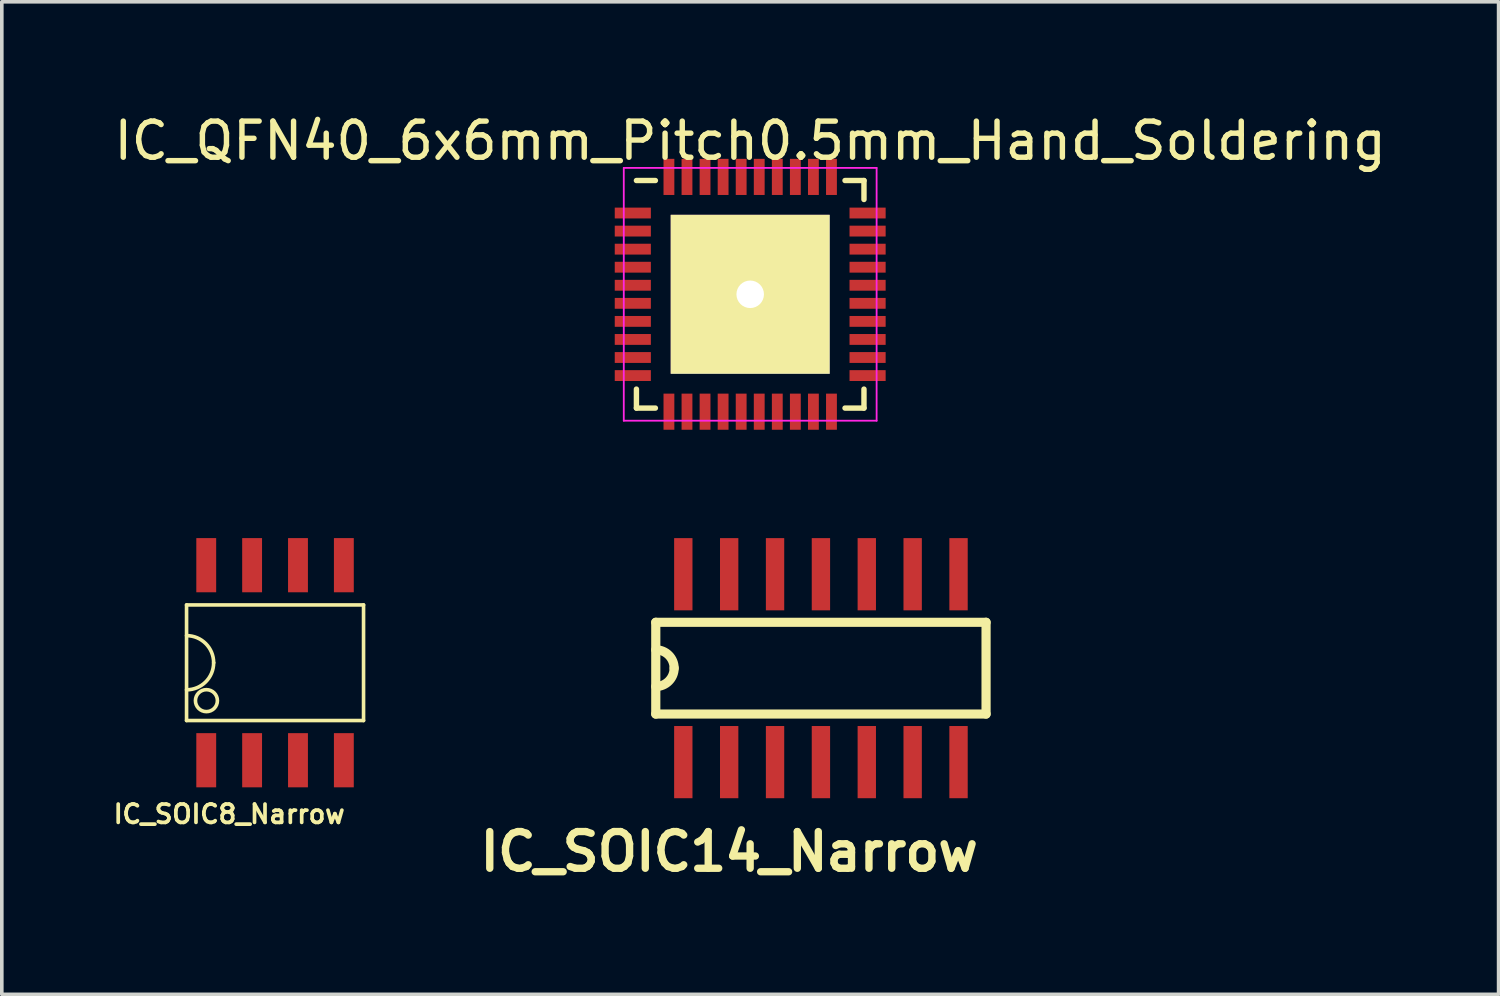
<source format=kicad_pcb>
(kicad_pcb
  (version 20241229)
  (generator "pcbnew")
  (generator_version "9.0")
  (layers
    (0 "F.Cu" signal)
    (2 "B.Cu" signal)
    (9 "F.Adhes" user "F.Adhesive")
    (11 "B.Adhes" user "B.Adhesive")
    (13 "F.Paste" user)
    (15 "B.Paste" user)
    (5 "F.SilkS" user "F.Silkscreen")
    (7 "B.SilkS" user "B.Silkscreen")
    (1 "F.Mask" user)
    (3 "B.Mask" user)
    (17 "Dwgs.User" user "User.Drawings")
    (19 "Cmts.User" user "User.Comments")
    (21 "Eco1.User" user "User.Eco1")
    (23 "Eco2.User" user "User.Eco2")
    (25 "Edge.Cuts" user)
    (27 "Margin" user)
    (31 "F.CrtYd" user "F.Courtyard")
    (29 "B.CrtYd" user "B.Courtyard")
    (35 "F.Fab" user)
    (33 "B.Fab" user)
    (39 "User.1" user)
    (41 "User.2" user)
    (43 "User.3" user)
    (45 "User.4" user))
  (footprint "IC_SOIC14_Narrow"
    (layer "F.Cu")
    (at 19.678 15.449)
    (property "Reference" "IC_SOIC14_Narrow" (at -2.54 5.08 0) (layer "F.SilkS") (effects (font (size 1.016 1.016) (thickness 0.203))))
    (attr smd)
    (fp_line (start -4.572 -1.27) (end 4.572 -1.27) (stroke (width 0.254) (type solid)) (layer "F.SilkS"))
    (fp_line (start -4.572 1.27) (end -4.572 -1.27) (stroke (width 0.254) (type solid)) (layer "F.SilkS"))
    (fp_line (start 4.572 -1.27) (end 4.572 1.27) (stroke (width 0.254) (type solid)) (layer "F.SilkS"))
    (fp_line (start 4.572 1.27) (end -4.572 1.27) (stroke (width 0.254) (type solid)) (layer "F.SilkS"))
    (fp_arc (start -4.572 -0.508) (mid -4.21279 -0.35921) (end -4.064 0) (stroke (width 0.254) (type solid)) (layer "F.SilkS"))
    (fp_arc (start -4.064 0) (mid -4.21279 0.35921) (end -4.572 0.508) (stroke (width 0.254) (type solid)) (layer "F.SilkS"))
    (pad "1" smd rect (at -3.81 2.601) (size 0.508 1.999) (layers "F.Cu" "F.Mask" "F.Paste"))
    (pad "2" smd rect (at -2.54 2.601) (size 0.508 1.999) (layers "F.Cu" "F.Mask" "F.Paste"))
    (pad "3" smd rect (at -1.27 2.601) (size 0.508 1.999) (layers "F.Cu" "F.Mask" "F.Paste"))
    (pad "4" smd rect (at 0 2.601) (size 0.508 1.999) (layers "F.Cu" "F.Mask" "F.Paste"))
    (pad "5" smd rect (at 1.27 2.601) (size 0.508 1.999) (layers "F.Cu" "F.Mask" "F.Paste"))
    (pad "6" smd rect (at 2.54 2.601) (size 0.508 1.999) (layers "F.Cu" "F.Mask" "F.Paste"))
    (pad "7" smd rect (at 3.81 2.601) (size 0.508 1.999) (layers "F.Cu" "F.Mask" "F.Paste"))
    (pad "8" smd rect (at 3.81 -2.601) (size 0.508 1.999) (layers "F.Cu" "F.Mask" "F.Paste"))
    (pad "9" smd rect (at 2.54 -2.601) (size 0.508 1.999) (layers "F.Cu" "F.Mask" "F.Paste"))
    (pad "10" smd rect (at 1.27 -2.601) (size 0.508 1.999) (layers "F.Cu" "F.Mask" "F.Paste"))
    (pad "11" smd rect (at 0 -2.601) (size 0.508 1.999) (layers "F.Cu" "F.Mask" "F.Paste"))
    (pad "12" smd rect (at -1.27 -2.601) (size 0.508 1.999) (layers "F.Cu" "F.Mask" "F.Paste"))
    (pad "13" smd rect (at -2.54 -2.601) (size 0.508 1.999) (layers "F.Cu" "F.Mask" "F.Paste"))
    (pad "14" smd rect (at -3.81 -2.601) (size 0.508 1.999) (layers "F.Cu" "F.Mask" "F.Paste")))
  (footprint "IC_SOIC8_Narrow"
    (layer "F.Cu")
    (at 4.565 15.298)
    (property "Reference" "IC_SOIC8_Narrow" (at -1.27 4.191 0) (layer "F.SilkS") (effects (font (size 0.508 0.508) (thickness 0.102))))
    (attr smd)
    (fp_line (start -2.45 -1.6) (end 2.45 -1.6) (stroke (width 0.1) (type solid)) (layer "F.SilkS"))
    (fp_line (start -2.45 1.6) (end -2.45 -1.6) (stroke (width 0.1) (type solid)) (layer "F.SilkS"))
    (fp_line (start 2.45 -1.6) (end 2.45 1.6) (stroke (width 0.1) (type solid)) (layer "F.SilkS"))
    (fp_line (start 2.45 1.6) (end -2.45 1.6) (stroke (width 0.1) (type solid)) (layer "F.SilkS"))
    (fp_arc (start -2.45 -0.75) (mid -1.91967 -0.53033) (end -1.7 0) (stroke (width 0.1) (type solid)) (layer "F.SilkS"))
    (fp_arc (start -1.7 0) (mid -1.91967 0.53033) (end -2.45 0.75) (stroke (width 0.1) (type solid)) (layer "F.SilkS"))
    (fp_circle (center -1.9 1.05) (end -2.2 1) (stroke (width 0.1) (type solid)) (fill no) (layer "F.SilkS"))
    (pad "1" smd rect (at -1.905 2.7) (size 0.55 1.5) (layers "F.Cu" "F.Mask" "F.Paste"))
    (pad "2" smd rect (at -0.635 2.7) (size 0.55 1.5) (layers "F.Cu" "F.Mask" "F.Paste"))
    (pad "3" smd rect (at 0.635 2.7) (size 0.55 1.5) (layers "F.Cu" "F.Mask" "F.Paste"))
    (pad "4" smd rect (at 1.905 2.7) (size 0.55 1.5) (layers "F.Cu" "F.Mask" "F.Paste"))
    (pad "5" smd rect (at 1.905 -2.7) (size 0.55 1.5) (layers "F.Cu" "F.Mask" "F.Paste"))
    (pad "6" smd rect (at 0.635 -2.7) (size 0.55 1.5) (layers "F.Cu" "F.Mask" "F.Paste"))
    (pad "7" smd rect (at -0.635 -2.7) (size 0.55 1.5) (layers "F.Cu" "F.Mask" "F.Paste"))
    (pad "8" smd rect (at -1.905 -2.7) (size 0.55 1.5) (layers "F.Cu" "F.Mask" "F.Paste")))
  (footprint "IC_QFN40_6x6mm_Pitch0.5mm_Hand_Soldering"
    (layer "F.Cu")
    (at 17.72 5.098)
    (property "Reference" "IC_QFN40_6x6mm_Pitch0.5mm_Hand_Soldering" (at 0 -4.25 0) (layer "F.SilkS") (effects (font (size 1 1) (thickness 0.15))))
    (attr smd)
    (fp_line (start -3.15 -3.15) (end -2.625 -3.15) (stroke (width 0.15) (type solid)) (layer "F.SilkS"))
    (fp_line (start -3.15 3.15) (end -3.15 2.625) (stroke (width 0.15) (type solid)) (layer "F.SilkS"))
    (fp_line (start -3.15 3.15) (end -2.625 3.15) (stroke (width 0.15) (type solid)) (layer "F.SilkS"))
    (fp_line (start 3.15 -3.15) (end 2.625 -3.15) (stroke (width 0.15) (type solid)) (layer "F.SilkS"))
    (fp_line (start 3.15 -3.15) (end 3.15 -2.625) (stroke (width 0.15) (type solid)) (layer "F.SilkS"))
    (fp_line (start 3.15 3.15) (end 2.625 3.15) (stroke (width 0.15) (type solid)) (layer "F.SilkS"))
    (fp_line (start 3.15 3.15) (end 3.15 2.625) (stroke (width 0.15) (type solid)) (layer "F.SilkS"))
    (fp_line (start -3.5 -3.5) (end -3.5 3.5) (stroke (width 0.05) (type solid)) (layer "F.CrtYd"))
    (fp_line (start -3.5 -3.5) (end 3.5 -3.5) (stroke (width 0.05) (type solid)) (layer "F.CrtYd"))
    (fp_line (start -3.5 3.5) (end 3.5 3.5) (stroke (width 0.05) (type solid)) (layer "F.CrtYd"))
    (fp_line (start 3.5 -3.5) (end 3.5 3.5) (stroke (width 0.05) (type solid)) (layer "F.CrtYd"))
    (pad "1" smd rect (at -3.25 -2.25) (size 1 0.3) (layers "F.Cu" "F.Mask" "F.Paste"))
    (pad "2" smd rect (at -3.25 -1.75) (size 1 0.3) (layers "F.Cu" "F.Mask" "F.Paste"))
    (pad "3" smd rect (at -3.25 -1.25) (size 1 0.3) (layers "F.Cu" "F.Mask" "F.Paste"))
    (pad "4" smd rect (at -3.25 -0.75) (size 1 0.3) (layers "F.Cu" "F.Mask" "F.Paste"))
    (pad "5" smd rect (at -3.25 -0.25) (size 1 0.3) (layers "F.Cu" "F.Mask" "F.Paste"))
    (pad "6" smd rect (at -3.25 0.25) (size 1 0.3) (layers "F.Cu" "F.Mask" "F.Paste"))
    (pad "7" smd rect (at -3.25 0.75) (size 1 0.3) (layers "F.Cu" "F.Mask" "F.Paste"))
    (pad "8" smd rect (at -3.25 1.25) (size 1 0.3) (layers "F.Cu" "F.Mask" "F.Paste"))
    (pad "9" smd rect (at -3.25 1.75) (size 1 0.3) (layers "F.Cu" "F.Mask" "F.Paste"))
    (pad "10" smd rect (at -3.25 2.25) (size 1 0.3) (layers "F.Cu" "F.Mask" "F.Paste"))
    (pad "11" smd rect (at -2.25 3.25 90) (size 1 0.3) (layers "F.Cu" "F.Mask" "F.Paste"))
    (pad "12" smd rect (at -1.75 3.25 90) (size 1 0.3) (layers "F.Cu" "F.Mask" "F.Paste"))
    (pad "13" smd rect (at -1.25 3.25 90) (size 1 0.3) (layers "F.Cu" "F.Mask" "F.Paste"))
    (pad "14" smd rect (at -0.75 3.25 90) (size 1 0.3) (layers "F.Cu" "F.Mask" "F.Paste"))
    (pad "15" smd rect (at -0.25 3.25 90) (size 1 0.3) (layers "F.Cu" "F.Mask" "F.Paste"))
    (pad "16" smd rect (at 0.25 3.25 90) (size 1 0.3) (layers "F.Cu" "F.Mask" "F.Paste"))
    (pad "17" smd rect (at 0.75 3.25 90) (size 1 0.3) (layers "F.Cu" "F.Mask" "F.Paste"))
    (pad "18" smd rect (at 1.25 3.25 90) (size 1 0.3) (layers "F.Cu" "F.Mask" "F.Paste"))
    (pad "19" smd rect (at 1.75 3.25 90) (size 1 0.3) (layers "F.Cu" "F.Mask" "F.Paste"))
    (pad "20" smd rect (at 2.25 3.25 90) (size 1 0.3) (layers "F.Cu" "F.Mask" "F.Paste"))
    (pad "21" smd rect (at 3.25 2.25) (size 1 0.3) (layers "F.Cu" "F.Mask" "F.Paste"))
    (pad "22" smd rect (at 3.25 1.75) (size 1 0.3) (layers "F.Cu" "F.Mask" "F.Paste"))
    (pad "23" smd rect (at 3.25 1.25) (size 1 0.3) (layers "F.Cu" "F.Mask" "F.Paste"))
    (pad "24" smd rect (at 3.25 0.75) (size 1 0.3) (layers "F.Cu" "F.Mask" "F.Paste"))
    (pad "25" smd rect (at 3.25 0.25) (size 1 0.3) (layers "F.Cu" "F.Mask" "F.Paste"))
    (pad "26" smd rect (at 3.25 -0.25) (size 1 0.3) (layers "F.Cu" "F.Mask" "F.Paste"))
    (pad "27" smd rect (at 3.25 -0.75) (size 1 0.3) (layers "F.Cu" "F.Mask" "F.Paste"))
    (pad "28" smd rect (at 3.25 -1.25) (size 1 0.3) (layers "F.Cu" "F.Mask" "F.Paste"))
    (pad "29" smd rect (at 3.25 -1.75) (size 1 0.3) (layers "F.Cu" "F.Mask" "F.Paste"))
    (pad "30" smd rect (at 3.25 -2.25) (size 1 0.3) (layers "F.Cu" "F.Mask" "F.Paste"))
    (pad "31" smd rect (at 2.25 -3.25 90) (size 1 0.3) (layers "F.Cu" "F.Mask" "F.Paste"))
    (pad "32" smd rect (at 1.75 -3.25 90) (size 1 0.3) (layers "F.Cu" "F.Mask" "F.Paste"))
    (pad "33" smd rect (at 1.25 -3.25 90) (size 1 0.3) (layers "F.Cu" "F.Mask" "F.Paste"))
    (pad "34" smd rect (at 0.75 -3.25 90) (size 1 0.3) (layers "F.Cu" "F.Mask" "F.Paste"))
    (pad "35" smd rect (at 0.25 -3.25 90) (size 1 0.3) (layers "F.Cu" "F.Mask" "F.Paste"))
    (pad "36" smd rect (at -0.25 -3.25 90) (size 1 0.3) (layers "F.Cu" "F.Mask" "F.Paste"))
    (pad "37" smd rect (at -0.75 -3.25 90) (size 1 0.3) (layers "F.Cu" "F.Mask" "F.Paste"))
    (pad "38" smd rect (at -1.25 -3.25 90) (size 1 0.3) (layers "F.Cu" "F.Mask" "F.Paste"))
    (pad "39" smd rect (at -1.75 -3.25 90) (size 1 0.3) (layers "F.Cu" "F.Mask" "F.Paste"))
    (pad "40" smd rect (at -2.25 -3.25 90) (size 1 0.3) (layers "F.Cu" "F.Mask" "F.Paste"))
    (pad "41" thru_hole rect (at 0 0) (size 4.4 4.4) (drill 0.762) (layers "*.Cu" "*.Mask" "F.SilkS")))
  (gr_rect
    (start -3 -3)
    (end 38.44 24.48)
    (stroke (width 0.1) (type default))
    (fill no)
    (layer "Edge.Cuts")))
</source>
